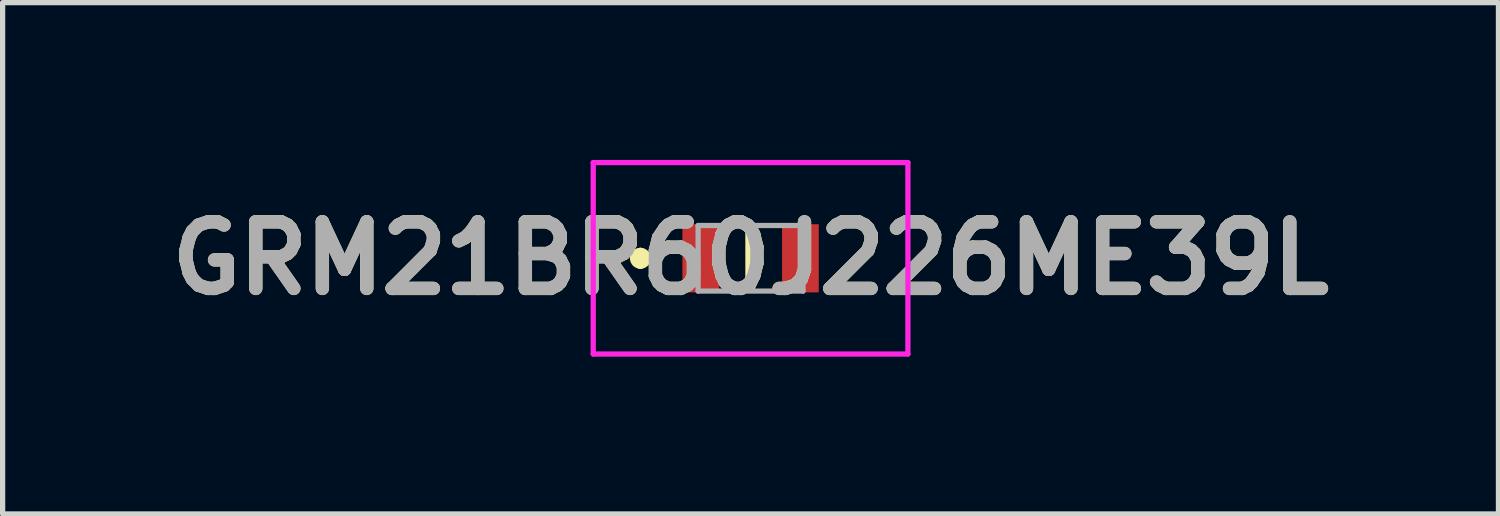
<source format=kicad_pcb>
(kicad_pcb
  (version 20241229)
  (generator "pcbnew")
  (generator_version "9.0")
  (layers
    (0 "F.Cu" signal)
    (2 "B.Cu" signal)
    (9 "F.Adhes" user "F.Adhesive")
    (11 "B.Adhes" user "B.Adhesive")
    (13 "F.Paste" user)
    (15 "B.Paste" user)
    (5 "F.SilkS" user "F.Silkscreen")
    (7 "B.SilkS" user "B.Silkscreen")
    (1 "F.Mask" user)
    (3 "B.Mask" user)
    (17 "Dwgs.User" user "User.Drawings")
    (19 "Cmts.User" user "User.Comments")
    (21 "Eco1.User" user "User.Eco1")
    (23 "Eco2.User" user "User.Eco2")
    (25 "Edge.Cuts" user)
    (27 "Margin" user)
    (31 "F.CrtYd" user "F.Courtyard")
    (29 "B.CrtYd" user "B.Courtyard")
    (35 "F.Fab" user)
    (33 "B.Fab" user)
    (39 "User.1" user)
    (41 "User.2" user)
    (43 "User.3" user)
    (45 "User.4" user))
  (footprint "GRM21BR60J226ME39L"
    (layer "F.Cu")
    (at 11.261 1.875)
    (property "Reference" "GRM21BR60J226ME39L" (at 0 0 0) (layer "F.SilkS") (effects (font (size 1.27 1.27) (thickness 0.254))))
    (attr smd)
    (fp_line (start -2.1 -0.1) (end -2.1 -0.1) (stroke (width 0.2) (type solid)) (layer "F.SilkS"))
    (fp_line (start -2.1 0.1) (end -2.1 0.1) (stroke (width 0.2) (type solid)) (layer "F.SilkS"))
    (fp_line (start 0 -0.525) (end 0 0.525) (stroke (width 0.2) (type solid)) (layer "F.SilkS"))
    (fp_arc (start -2.1 -0.1) (mid -2 0) (end -2.1 0.1) (stroke (width 0.2) (type solid)) (layer "F.SilkS"))
    (fp_arc (start -2.1 0.1) (mid -2.2 0) (end -2.1 -0.1) (stroke (width 0.2) (type solid)) (layer "F.SilkS"))
    (fp_line (start -3 -1.825) (end 3 -1.825) (stroke (width 0.1) (type solid)) (layer "F.CrtYd"))
    (fp_line (start -3 1.825) (end -3 -1.825) (stroke (width 0.1) (type solid)) (layer "F.CrtYd"))
    (fp_line (start 3 -1.825) (end 3 1.825) (stroke (width 0.1) (type solid)) (layer "F.CrtYd"))
    (fp_line (start 3 1.825) (end -3 1.825) (stroke (width 0.1) (type solid)) (layer "F.CrtYd"))
    (fp_line (start -1 -0.625) (end 1 -0.625) (stroke (width 0.1) (type solid)) (layer "F.Fab"))
    (fp_line (start -1 0.625) (end -1 -0.625) (stroke (width 0.1) (type solid)) (layer "F.Fab"))
    (fp_line (start 1 -0.625) (end 1 0.625) (stroke (width 0.1) (type solid)) (layer "F.Fab"))
    (fp_line (start 1 0.625) (end -1 0.625) (stroke (width 0.1) (type solid)) (layer "F.Fab"))
    (fp_text user "${REFERENCE}" (at 0 0 0) (layer "F.Fab") (effects (font (size 1.27 1.27) (thickness 0.254))))
    (pad "1" smd rect (at -0.95 0) (size 0.7 1.3) (layers "F.Cu" "F.Mask" "F.Paste"))
    (pad "2" smd rect (at 0.95 0) (size 0.7 1.3) (layers "F.Cu" "F.Mask" "F.Paste")))
  (gr_rect
    (start -3 -3)
    (end 25.521 6.75)
    (stroke (width 0.1) (type default))
    (fill no)
    (layer "Edge.Cuts")))
</source>
